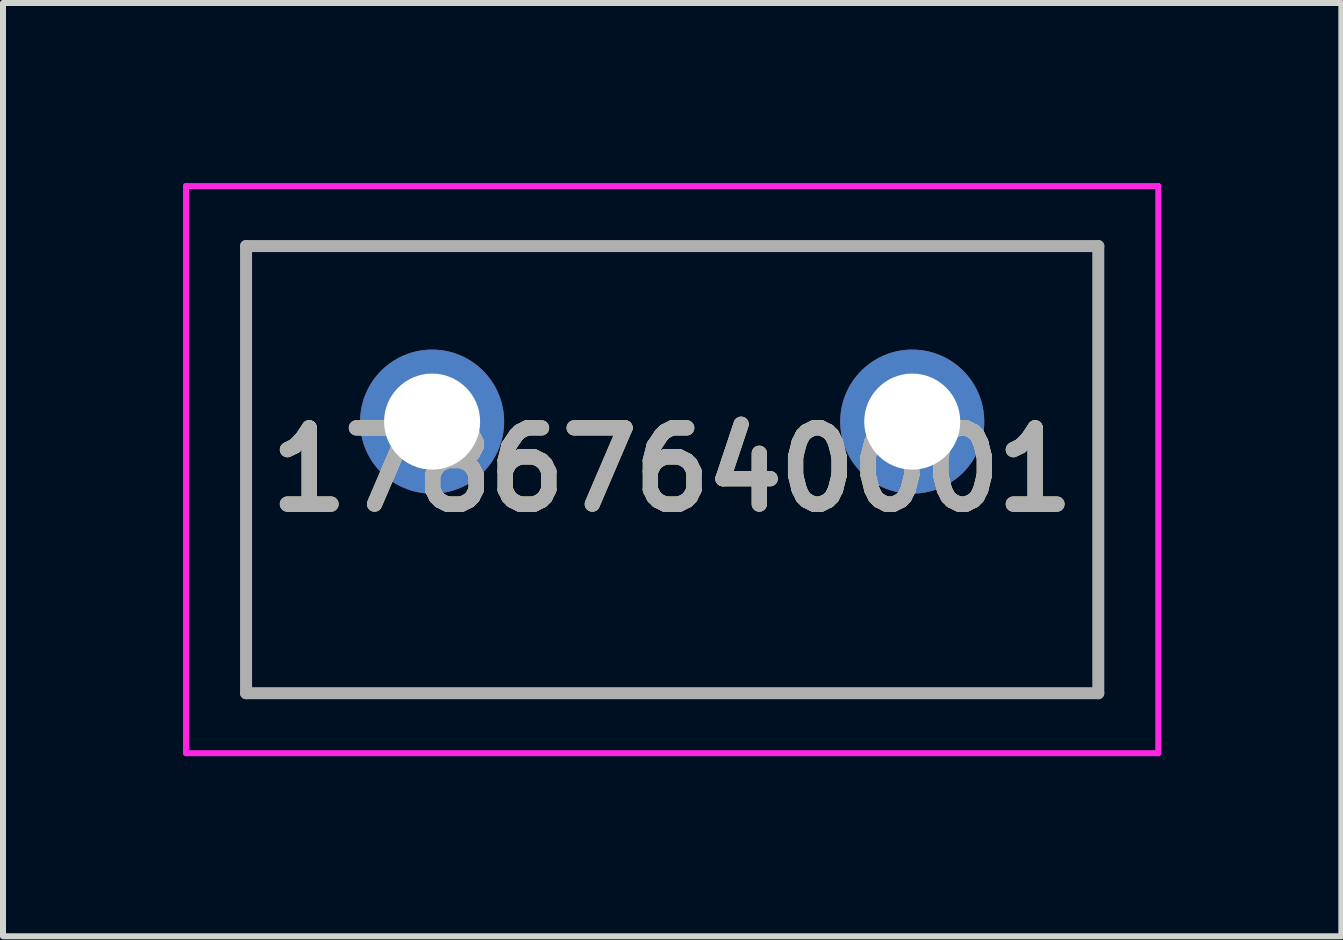
<source format=kicad_pcb>
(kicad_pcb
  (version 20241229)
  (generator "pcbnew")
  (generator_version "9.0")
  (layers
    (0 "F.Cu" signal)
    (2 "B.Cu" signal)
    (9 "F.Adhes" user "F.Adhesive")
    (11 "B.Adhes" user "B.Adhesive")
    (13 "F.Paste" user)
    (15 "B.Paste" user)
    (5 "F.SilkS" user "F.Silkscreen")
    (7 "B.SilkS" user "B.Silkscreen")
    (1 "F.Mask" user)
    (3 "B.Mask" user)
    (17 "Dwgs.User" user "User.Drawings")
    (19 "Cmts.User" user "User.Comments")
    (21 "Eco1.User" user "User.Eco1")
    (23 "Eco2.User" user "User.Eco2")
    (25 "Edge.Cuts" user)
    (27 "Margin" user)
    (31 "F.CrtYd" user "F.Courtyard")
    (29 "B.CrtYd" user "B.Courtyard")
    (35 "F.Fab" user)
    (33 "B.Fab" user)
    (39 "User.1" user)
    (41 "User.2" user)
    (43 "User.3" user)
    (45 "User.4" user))
  (footprint "17867640001"
    (layer "F.Cu")
    (at 8.15 4.775)
    (property "Reference" "17867640001" (at 0 0 0) (layer "F.SilkS") (effects (font (size 1.27 1.27) (thickness 0.254))))
    (attr through_hole)
    (fp_line (start -7.1 -3.725) (end 7.1 -3.725) (stroke (width 0.1) (type solid)) (layer "F.SilkS"))
    (fp_line (start -7.1 3.725) (end -7.1 -3.725) (stroke (width 0.1) (type solid)) (layer "F.SilkS"))
    (fp_line (start 7.1 -3.725) (end 7.1 3.725) (stroke (width 0.1) (type solid)) (layer "F.SilkS"))
    (fp_line (start 7.1 3.725) (end -7.1 3.725) (stroke (width 0.1) (type solid)) (layer "F.SilkS"))
    (fp_line (start -8.1 -4.725) (end 8.1 -4.725) (stroke (width 0.1) (type solid)) (layer "F.CrtYd"))
    (fp_line (start -8.1 4.725) (end -8.1 -4.725) (stroke (width 0.1) (type solid)) (layer "F.CrtYd"))
    (fp_line (start 8.1 -4.725) (end 8.1 4.725) (stroke (width 0.1) (type solid)) (layer "F.CrtYd"))
    (fp_line (start 8.1 4.725) (end -8.1 4.725) (stroke (width 0.1) (type solid)) (layer "F.CrtYd"))
    (fp_line (start -7.1 -3.725) (end 7.1 -3.725) (stroke (width 0.2) (type solid)) (layer "F.Fab"))
    (fp_line (start -7.1 3.725) (end -7.1 -3.725) (stroke (width 0.2) (type solid)) (layer "F.Fab"))
    (fp_line (start 7.1 -3.725) (end 7.1 3.725) (stroke (width 0.2) (type solid)) (layer "F.Fab"))
    (fp_line (start 7.1 3.725) (end -7.1 3.725) (stroke (width 0.2) (type solid)) (layer "F.Fab"))
    (fp_text user "${REFERENCE}" (at 0 0 0) (layer "F.Fab") (effects (font (size 1.27 1.27) (thickness 0.254))))
    (pad "" np_thru_hole circle (at 0 0) (size 0.001 0.001) (drill 2.8) (layers "*.Cu" "*.Mask"))
    (pad "1" thru_hole circle (at -4 -0.8) (size 2.4 2.4) (drill 1.6) (layers "*.Cu" "*.Mask"))
    (pad "2" thru_hole circle (at 4 -0.8) (size 2.4 2.4) (drill 1.6) (layers "*.Cu" "*.Mask")))
  (gr_rect
    (start -3 -3)
    (end 19.3 12.55)
    (stroke (width 0.1) (type default))
    (fill no)
    (layer "Edge.Cuts")))
</source>
